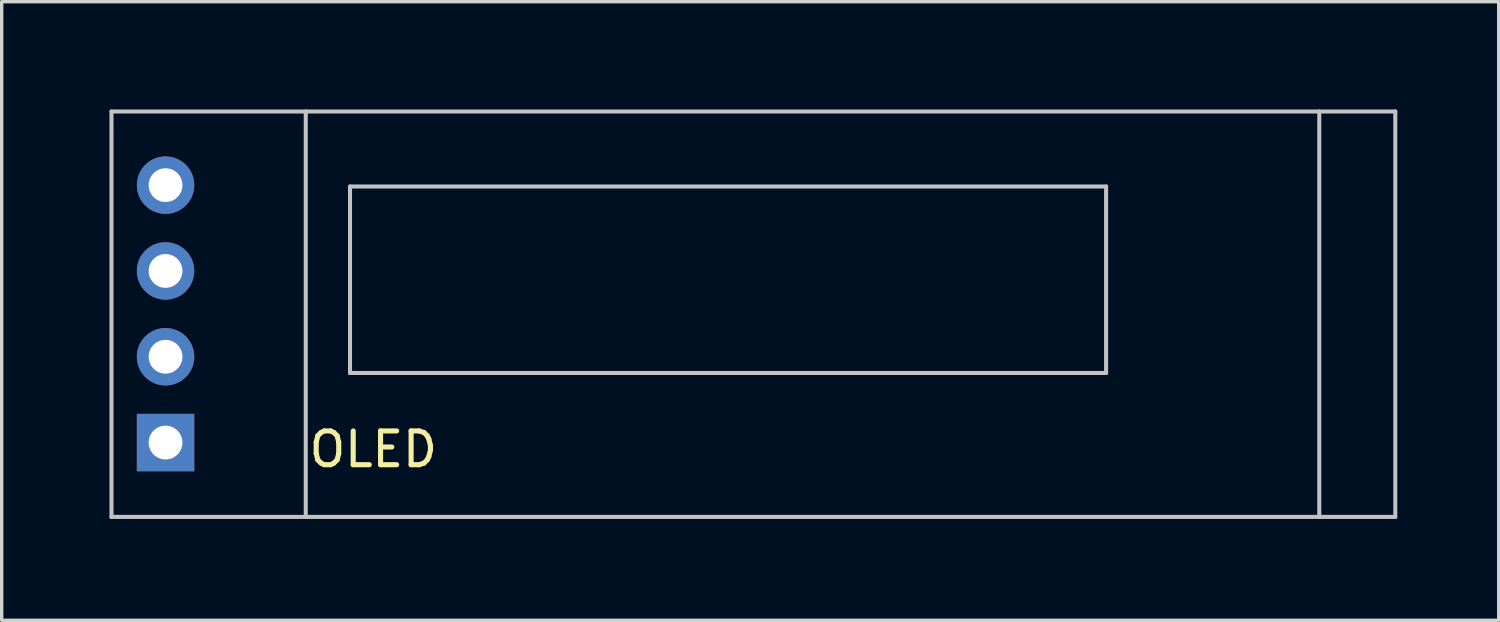
<source format=kicad_pcb>
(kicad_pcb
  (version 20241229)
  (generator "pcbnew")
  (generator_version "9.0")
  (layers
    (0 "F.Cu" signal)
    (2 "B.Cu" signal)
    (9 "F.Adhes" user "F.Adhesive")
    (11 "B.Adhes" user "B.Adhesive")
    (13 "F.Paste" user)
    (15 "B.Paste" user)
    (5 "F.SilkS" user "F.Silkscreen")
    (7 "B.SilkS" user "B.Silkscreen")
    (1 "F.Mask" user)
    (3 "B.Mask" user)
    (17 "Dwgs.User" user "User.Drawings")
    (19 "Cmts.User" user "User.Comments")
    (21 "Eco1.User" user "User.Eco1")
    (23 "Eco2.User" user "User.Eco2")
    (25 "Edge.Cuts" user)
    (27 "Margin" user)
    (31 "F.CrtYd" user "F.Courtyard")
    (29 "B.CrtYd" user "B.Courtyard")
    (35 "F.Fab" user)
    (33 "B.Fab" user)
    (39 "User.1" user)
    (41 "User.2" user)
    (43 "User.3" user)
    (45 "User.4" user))
  (footprint "OLED"
    (layer "F.Cu")
    (at 0.25 0.25)
    (property "Reference" "OLED" (at 7.75 10 0) (layer "F.SilkS") (effects (font (size 1 1) (thickness 0.15))))
    (attr through_hole)
    (fp_line (start 0 0) (end 0 12) (stroke (width 0.12) (type solid)) (layer "Dwgs.User"))
    (fp_line (start 0 0) (end 38 0) (stroke (width 0.12) (type solid)) (layer "Dwgs.User"))
    (fp_line (start 5.75 0) (end 5.75 12) (stroke (width 0.12) (type solid)) (layer "Dwgs.User"))
    (fp_line (start 7.06 2.22) (end 7.06 7.74) (stroke (width 0.12) (type solid)) (layer "Dwgs.User"))
    (fp_line (start 7.06 2.22) (end 29.44 2.22) (stroke (width 0.12) (type solid)) (layer "Dwgs.User"))
    (fp_line (start 7.06 7.74) (end 29.44 7.74) (stroke (width 0.12) (type solid)) (layer "Dwgs.User"))
    (fp_line (start 29.44 7.74) (end 29.44 2.22) (stroke (width 0.12) (type solid)) (layer "Dwgs.User"))
    (fp_line (start 35.75 0) (end 35.75 12) (stroke (width 0.12) (type solid)) (layer "Dwgs.User"))
    (fp_line (start 38 0) (end 38 12) (stroke (width 0.12) (type solid)) (layer "Dwgs.User"))
    (fp_line (start 38 12) (end 0 12) (stroke (width 0.12) (type solid)) (layer "Dwgs.User"))
    (pad "1" thru_hole rect (at 1.6 9.8 180) (size 1.7 1.7) (drill 1) (layers "*.Cu" "B.Mask"))
    (pad "2" thru_hole oval (at 1.6 7.26 180) (size 1.7 1.7) (drill 1) (layers "*.Cu" "B.Mask"))
    (pad "3" thru_hole oval (at 1.6 4.72 180) (size 1.7 1.7) (drill 1) (layers "*.Cu" "B.Mask"))
    (pad "4" thru_hole oval (at 1.6 2.18 180) (size 1.7 1.7) (drill 1) (layers "*.Cu" "B.Mask")))
  (gr_rect
    (start -3 -3)
    (end 41.31 15.31)
    (stroke (width 0.1) (type default))
    (fill no)
    (layer "Edge.Cuts")))
</source>
